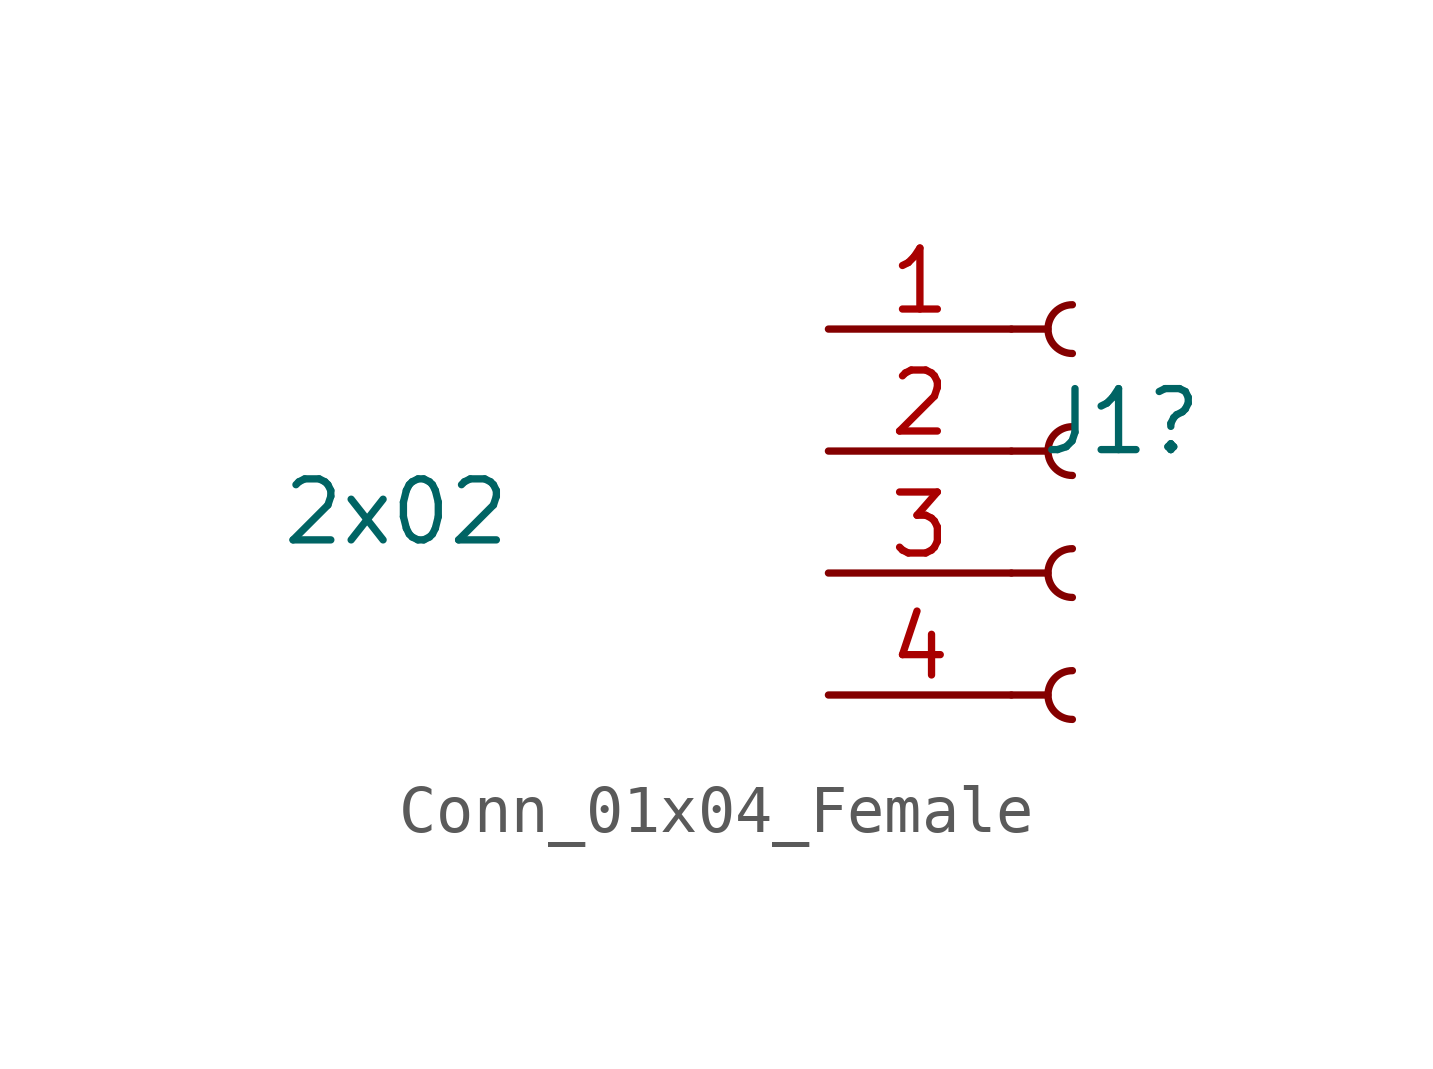
<source format=kicad_sym>
(kicad_symbol_lib
  (version 20220914)
  (generator kicad_symbol_editor)
  (symbol "Conn_01x04_Female"
    (pin_names
      (offset 1.016) hide)
    (property "Reference" "J1"
      (at -0.711 0.61 0)
      (effects (font (size 1.27 1.27)) (justify left)))
    (property "Value" "2x02"
      (at -16.51 -1.27 0)
      (effects (font (size 1.27 1.27)) (justify left)))
    (symbol "Conn_01x04_Female_1_1"
      (arc (start 0 -4.572) (mid -0.5058 -5.08) (end 0 -5.588) (stroke (width 0.1524) (type default)) (fill (type none)))
      (arc (start 0 -2.032) (mid -0.5058 -2.54) (end 0 -3.048) (stroke (width 0.1524) (type default)) (fill (type none)))
      (polyline (pts (xy -1.27 -5.08) (xy -0.508 -5.08)) (stroke (width 0.152) (type default)) (fill (type none)))
      (polyline (pts (xy -1.27 -2.54) (xy -0.508 -2.54)) (stroke (width 0.152) (type default)) (fill (type none)))
      (polyline (pts (xy -1.27 0) (xy -0.508 0)) (stroke (width 0.152) (type default)) (fill (type none)))
      (polyline (pts (xy -1.27 2.54) (xy -0.508 2.54)) (stroke (width 0.152) (type default)) (fill (type none)))
      (arc (start 0 0.508) (mid -0.5058 0) (end 0 -0.508) (stroke (width 0.1524) (type default)) (fill (type none)))
      (arc (start 0 3.048) (mid -0.5058 2.54) (end 0 2.032) (stroke (width 0.1524) (type default)) (fill (type none)))
      (pin passive line (at -5.08 2.54 0) (length 3.81) (name "Pin_1" (effects (font (size 1.27 1.27)))) (number "1" (effects (font (size 1.27 1.27)))))
      (pin passive line (at -5.08 0 0) (length 3.81) (name "Pin_2" (effects (font (size 1.27 1.27)))) (number "2" (effects (font (size 1.27 1.27)))))
      (pin passive line (at -5.08 -2.54 0) (length 3.81) (name "Pin_3" (effects (font (size 1.27 1.27)))) (number "3" (effects (font (size 1.27 1.27)))))
      (pin passive line (at -5.08 -5.08 0) (length 3.81) (name "Pin_4" (effects (font (size 1.27 1.27)))) (number "4" (effects (font (size 1.27 1.27))))))))
</source>
